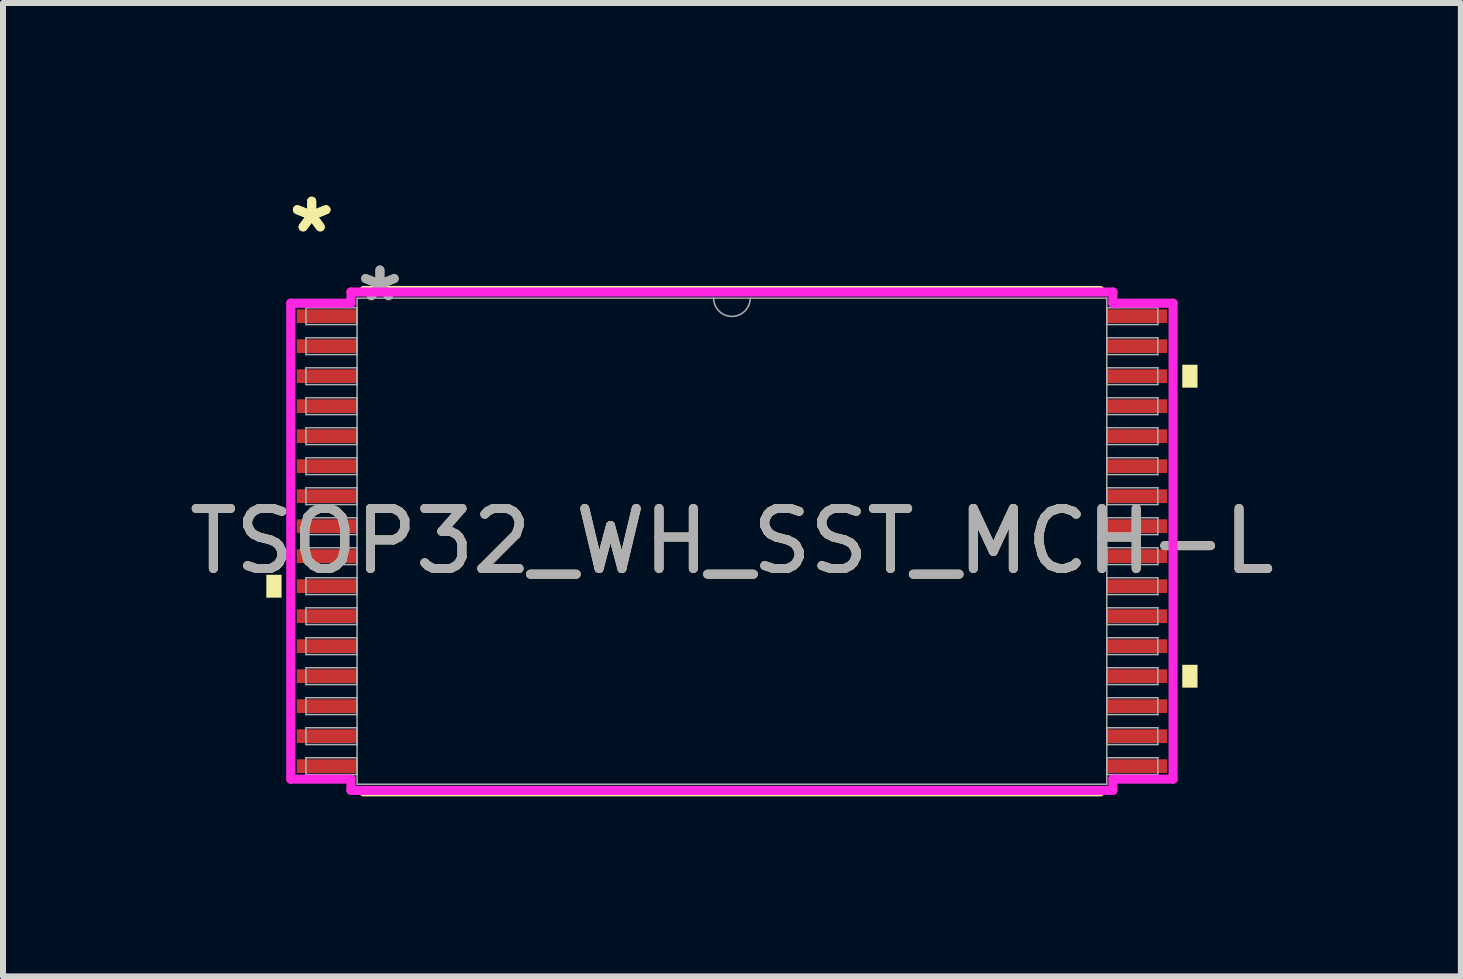
<source format=kicad_pcb>
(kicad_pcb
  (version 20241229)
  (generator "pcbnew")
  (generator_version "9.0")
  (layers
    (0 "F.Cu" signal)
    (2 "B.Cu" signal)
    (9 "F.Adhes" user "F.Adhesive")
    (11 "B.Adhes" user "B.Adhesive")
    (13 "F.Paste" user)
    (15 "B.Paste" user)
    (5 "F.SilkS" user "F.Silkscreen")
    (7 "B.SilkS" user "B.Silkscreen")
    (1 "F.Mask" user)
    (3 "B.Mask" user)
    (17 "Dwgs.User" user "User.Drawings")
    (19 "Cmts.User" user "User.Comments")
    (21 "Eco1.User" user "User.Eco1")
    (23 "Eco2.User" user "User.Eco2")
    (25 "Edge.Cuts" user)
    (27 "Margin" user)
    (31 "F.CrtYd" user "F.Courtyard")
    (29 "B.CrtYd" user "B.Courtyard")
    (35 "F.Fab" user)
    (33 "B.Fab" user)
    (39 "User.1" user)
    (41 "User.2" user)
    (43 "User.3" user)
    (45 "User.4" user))
  (footprint "TSOP32_WH_SST_MCH-L"
    (layer "F.Cu")
    (at 9.149 5.97)
    (property "Reference" "TSOP32_WH_SST_MCH-L" (at 0 0 0) (unlocked yes) (layer "F.SilkS") (effects (font (size 1 1) (thickness 0.15))))
    (attr smd)
    (fp_line (start -6.138 4.178) (end 6.138 4.178) (stroke (width 0.152) (type solid)) (layer "F.SilkS"))
    (fp_line (start 6.138 -4.178) (end -6.138 -4.178) (stroke (width 0.152) (type solid)) (layer "F.SilkS"))
    (fp_poly (pts (xy -7.76 0.56) (xy -7.76 0.941) (xy -7.506 0.941) (xy -7.506 0.56)) (stroke (width 0) (type solid)) (fill yes) (layer "F.SilkS"))
    (fp_poly (pts (xy 7.76 -2.941) (xy 7.76 -2.559) (xy 7.506 -2.559) (xy 7.506 -2.941)) (stroke (width 0) (type solid)) (fill yes) (layer "F.SilkS"))
    (fp_poly (pts (xy 7.76 2.06) (xy 7.76 2.441) (xy 7.506 2.441) (xy 7.506 2.06)) (stroke (width 0) (type solid)) (fill yes) (layer "F.SilkS"))
    (fp_line (start -7.353 -3.966) (end -6.35 -3.966) (stroke (width 0.152) (type solid)) (layer "F.CrtYd"))
    (fp_line (start -7.353 3.966) (end -7.353 -3.966) (stroke (width 0.152) (type solid)) (layer "F.CrtYd"))
    (fp_line (start -7.353 3.966) (end -6.35 3.966) (stroke (width 0.152) (type solid)) (layer "F.CrtYd"))
    (fp_line (start -6.35 -4.153) (end 6.35 -4.153) (stroke (width 0.152) (type solid)) (layer "F.CrtYd"))
    (fp_line (start -6.35 -3.966) (end -6.35 -4.153) (stroke (width 0.152) (type solid)) (layer "F.CrtYd"))
    (fp_line (start -6.35 4.153) (end -6.35 3.966) (stroke (width 0.152) (type solid)) (layer "F.CrtYd"))
    (fp_line (start 6.35 -4.153) (end 6.35 -3.966) (stroke (width 0.152) (type solid)) (layer "F.CrtYd"))
    (fp_line (start 6.35 3.966) (end 6.35 4.153) (stroke (width 0.152) (type solid)) (layer "F.CrtYd"))
    (fp_line (start 6.35 4.153) (end -6.35 4.153) (stroke (width 0.152) (type solid)) (layer "F.CrtYd"))
    (fp_line (start 7.353 -3.966) (end 6.35 -3.966) (stroke (width 0.152) (type solid)) (layer "F.CrtYd"))
    (fp_line (start 7.353 -3.966) (end 7.353 3.966) (stroke (width 0.152) (type solid)) (layer "F.CrtYd"))
    (fp_line (start 7.353 3.966) (end 6.35 3.966) (stroke (width 0.152) (type solid)) (layer "F.CrtYd"))
    (fp_line (start -7.099 -3.89) (end -7.099 -3.61) (stroke (width 0.025) (type solid)) (layer "F.Fab"))
    (fp_line (start -7.099 -3.61) (end -6.248 -3.61) (stroke (width 0.025) (type solid)) (layer "F.Fab"))
    (fp_line (start -7.099 -3.39) (end -7.099 -3.11) (stroke (width 0.025) (type solid)) (layer "F.Fab"))
    (fp_line (start -7.099 -3.11) (end -6.248 -3.11) (stroke (width 0.025) (type solid)) (layer "F.Fab"))
    (fp_line (start -7.099 -2.89) (end -7.099 -2.61) (stroke (width 0.025) (type solid)) (layer "F.Fab"))
    (fp_line (start -7.099 -2.61) (end -6.248 -2.61) (stroke (width 0.025) (type solid)) (layer "F.Fab"))
    (fp_line (start -7.099 -2.39) (end -7.099 -2.11) (stroke (width 0.025) (type solid)) (layer "F.Fab"))
    (fp_line (start -7.099 -2.11) (end -6.248 -2.11) (stroke (width 0.025) (type solid)) (layer "F.Fab"))
    (fp_line (start -7.099 -1.89) (end -7.099 -1.61) (stroke (width 0.025) (type solid)) (layer "F.Fab"))
    (fp_line (start -7.099 -1.61) (end -6.248 -1.61) (stroke (width 0.025) (type solid)) (layer "F.Fab"))
    (fp_line (start -7.099 -1.39) (end -7.099 -1.11) (stroke (width 0.025) (type solid)) (layer "F.Fab"))
    (fp_line (start -7.099 -1.11) (end -6.248 -1.11) (stroke (width 0.025) (type solid)) (layer "F.Fab"))
    (fp_line (start -7.099 -0.89) (end -7.099 -0.61) (stroke (width 0.025) (type solid)) (layer "F.Fab"))
    (fp_line (start -7.099 -0.61) (end -6.248 -0.61) (stroke (width 0.025) (type solid)) (layer "F.Fab"))
    (fp_line (start -7.099 -0.39) (end -7.099 -0.11) (stroke (width 0.025) (type solid)) (layer "F.Fab"))
    (fp_line (start -7.099 -0.11) (end -6.248 -0.11) (stroke (width 0.025) (type solid)) (layer "F.Fab"))
    (fp_line (start -7.099 0.11) (end -7.099 0.39) (stroke (width 0.025) (type solid)) (layer "F.Fab"))
    (fp_line (start -7.099 0.39) (end -6.248 0.39) (stroke (width 0.025) (type solid)) (layer "F.Fab"))
    (fp_line (start -7.099 0.61) (end -7.099 0.89) (stroke (width 0.025) (type solid)) (layer "F.Fab"))
    (fp_line (start -7.099 0.89) (end -6.248 0.89) (stroke (width 0.025) (type solid)) (layer "F.Fab"))
    (fp_line (start -7.099 1.11) (end -7.099 1.39) (stroke (width 0.025) (type solid)) (layer "F.Fab"))
    (fp_line (start -7.099 1.39) (end -6.248 1.39) (stroke (width 0.025) (type solid)) (layer "F.Fab"))
    (fp_line (start -7.099 1.61) (end -7.099 1.89) (stroke (width 0.025) (type solid)) (layer "F.Fab"))
    (fp_line (start -7.099 1.89) (end -6.248 1.89) (stroke (width 0.025) (type solid)) (layer "F.Fab"))
    (fp_line (start -7.099 2.11) (end -7.099 2.39) (stroke (width 0.025) (type solid)) (layer "F.Fab"))
    (fp_line (start -7.099 2.39) (end -6.248 2.39) (stroke (width 0.025) (type solid)) (layer "F.Fab"))
    (fp_line (start -7.099 2.61) (end -7.099 2.89) (stroke (width 0.025) (type solid)) (layer "F.Fab"))
    (fp_line (start -7.099 2.89) (end -6.248 2.89) (stroke (width 0.025) (type solid)) (layer "F.Fab"))
    (fp_line (start -7.099 3.11) (end -7.099 3.39) (stroke (width 0.025) (type solid)) (layer "F.Fab"))
    (fp_line (start -7.099 3.39) (end -6.248 3.39) (stroke (width 0.025) (type solid)) (layer "F.Fab"))
    (fp_line (start -7.099 3.61) (end -7.099 3.89) (stroke (width 0.025) (type solid)) (layer "F.Fab"))
    (fp_line (start -7.099 3.89) (end -6.248 3.89) (stroke (width 0.025) (type solid)) (layer "F.Fab"))
    (fp_line (start -6.248 -4.051) (end -6.248 4.051) (stroke (width 0.025) (type solid)) (layer "F.Fab"))
    (fp_line (start -6.248 -3.89) (end -7.099 -3.89) (stroke (width 0.025) (type solid)) (layer "F.Fab"))
    (fp_line (start -6.248 -3.61) (end -6.248 -3.89) (stroke (width 0.025) (type solid)) (layer "F.Fab"))
    (fp_line (start -6.248 -3.39) (end -7.099 -3.39) (stroke (width 0.025) (type solid)) (layer "F.Fab"))
    (fp_line (start -6.248 -3.11) (end -6.248 -3.39) (stroke (width 0.025) (type solid)) (layer "F.Fab"))
    (fp_line (start -6.248 -2.89) (end -7.099 -2.89) (stroke (width 0.025) (type solid)) (layer "F.Fab"))
    (fp_line (start -6.248 -2.61) (end -6.248 -2.89) (stroke (width 0.025) (type solid)) (layer "F.Fab"))
    (fp_line (start -6.248 -2.39) (end -7.099 -2.39) (stroke (width 0.025) (type solid)) (layer "F.Fab"))
    (fp_line (start -6.248 -2.11) (end -6.248 -2.39) (stroke (width 0.025) (type solid)) (layer "F.Fab"))
    (fp_line (start -6.248 -1.89) (end -7.099 -1.89) (stroke (width 0.025) (type solid)) (layer "F.Fab"))
    (fp_line (start -6.248 -1.61) (end -6.248 -1.89) (stroke (width 0.025) (type solid)) (layer "F.Fab"))
    (fp_line (start -6.248 -1.39) (end -7.099 -1.39) (stroke (width 0.025) (type solid)) (layer "F.Fab"))
    (fp_line (start -6.248 -1.11) (end -6.248 -1.39) (stroke (width 0.025) (type solid)) (layer "F.Fab"))
    (fp_line (start -6.248 -0.89) (end -7.099 -0.89) (stroke (width 0.025) (type solid)) (layer "F.Fab"))
    (fp_line (start -6.248 -0.61) (end -6.248 -0.89) (stroke (width 0.025) (type solid)) (layer "F.Fab"))
    (fp_line (start -6.248 -0.39) (end -7.099 -0.39) (stroke (width 0.025) (type solid)) (layer "F.Fab"))
    (fp_line (start -6.248 -0.11) (end -6.248 -0.39) (stroke (width 0.025) (type solid)) (layer "F.Fab"))
    (fp_line (start -6.248 0.11) (end -7.099 0.11) (stroke (width 0.025) (type solid)) (layer "F.Fab"))
    (fp_line (start -6.248 0.39) (end -6.248 0.11) (stroke (width 0.025) (type solid)) (layer "F.Fab"))
    (fp_line (start -6.248 0.61) (end -7.099 0.61) (stroke (width 0.025) (type solid)) (layer "F.Fab"))
    (fp_line (start -6.248 0.89) (end -6.248 0.61) (stroke (width 0.025) (type solid)) (layer "F.Fab"))
    (fp_line (start -6.248 1.11) (end -7.099 1.11) (stroke (width 0.025) (type solid)) (layer "F.Fab"))
    (fp_line (start -6.248 1.39) (end -6.248 1.11) (stroke (width 0.025) (type solid)) (layer "F.Fab"))
    (fp_line (start -6.248 1.61) (end -7.099 1.61) (stroke (width 0.025) (type solid)) (layer "F.Fab"))
    (fp_line (start -6.248 1.89) (end -6.248 1.61) (stroke (width 0.025) (type solid)) (layer "F.Fab"))
    (fp_line (start -6.248 2.11) (end -7.099 2.11) (stroke (width 0.025) (type solid)) (layer "F.Fab"))
    (fp_line (start -6.248 2.39) (end -6.248 2.11) (stroke (width 0.025) (type solid)) (layer "F.Fab"))
    (fp_line (start -6.248 2.61) (end -7.099 2.61) (stroke (width 0.025) (type solid)) (layer "F.Fab"))
    (fp_line (start -6.248 2.89) (end -6.248 2.61) (stroke (width 0.025) (type solid)) (layer "F.Fab"))
    (fp_line (start -6.248 3.11) (end -7.099 3.11) (stroke (width 0.025) (type solid)) (layer "F.Fab"))
    (fp_line (start -6.248 3.39) (end -6.248 3.11) (stroke (width 0.025) (type solid)) (layer "F.Fab"))
    (fp_line (start -6.248 3.61) (end -7.099 3.61) (stroke (width 0.025) (type solid)) (layer "F.Fab"))
    (fp_line (start -6.248 3.89) (end -6.248 3.61) (stroke (width 0.025) (type solid)) (layer "F.Fab"))
    (fp_line (start -6.248 4.051) (end 6.248 4.051) (stroke (width 0.025) (type solid)) (layer "F.Fab"))
    (fp_line (start 6.248 -4.051) (end -6.248 -4.051) (stroke (width 0.025) (type solid)) (layer "F.Fab"))
    (fp_line (start 6.248 -3.89) (end 6.248 -3.61) (stroke (width 0.025) (type solid)) (layer "F.Fab"))
    (fp_line (start 6.248 -3.61) (end 7.099 -3.61) (stroke (width 0.025) (type solid)) (layer "F.Fab"))
    (fp_line (start 6.248 -3.39) (end 6.248 -3.11) (stroke (width 0.025) (type solid)) (layer "F.Fab"))
    (fp_line (start 6.248 -3.11) (end 7.099 -3.11) (stroke (width 0.025) (type solid)) (layer "F.Fab"))
    (fp_line (start 6.248 -2.89) (end 6.248 -2.61) (stroke (width 0.025) (type solid)) (layer "F.Fab"))
    (fp_line (start 6.248 -2.61) (end 7.099 -2.61) (stroke (width 0.025) (type solid)) (layer "F.Fab"))
    (fp_line (start 6.248 -2.39) (end 6.248 -2.11) (stroke (width 0.025) (type solid)) (layer "F.Fab"))
    (fp_line (start 6.248 -2.11) (end 7.099 -2.11) (stroke (width 0.025) (type solid)) (layer "F.Fab"))
    (fp_line (start 6.248 -1.89) (end 6.248 -1.61) (stroke (width 0.025) (type solid)) (layer "F.Fab"))
    (fp_line (start 6.248 -1.61) (end 7.099 -1.61) (stroke (width 0.025) (type solid)) (layer "F.Fab"))
    (fp_line (start 6.248 -1.39) (end 6.248 -1.11) (stroke (width 0.025) (type solid)) (layer "F.Fab"))
    (fp_line (start 6.248 -1.11) (end 7.099 -1.11) (stroke (width 0.025) (type solid)) (layer "F.Fab"))
    (fp_line (start 6.248 -0.89) (end 6.248 -0.61) (stroke (width 0.025) (type solid)) (layer "F.Fab"))
    (fp_line (start 6.248 -0.61) (end 7.099 -0.61) (stroke (width 0.025) (type solid)) (layer "F.Fab"))
    (fp_line (start 6.248 -0.39) (end 6.248 -0.11) (stroke (width 0.025) (type solid)) (layer "F.Fab"))
    (fp_line (start 6.248 -0.11) (end 7.099 -0.11) (stroke (width 0.025) (type solid)) (layer "F.Fab"))
    (fp_line (start 6.248 0.11) (end 6.248 0.39) (stroke (width 0.025) (type solid)) (layer "F.Fab"))
    (fp_line (start 6.248 0.39) (end 7.099 0.39) (stroke (width 0.025) (type solid)) (layer "F.Fab"))
    (fp_line (start 6.248 0.61) (end 6.248 0.89) (stroke (width 0.025) (type solid)) (layer "F.Fab"))
    (fp_line (start 6.248 0.89) (end 7.099 0.89) (stroke (width 0.025) (type solid)) (layer "F.Fab"))
    (fp_line (start 6.248 1.11) (end 6.248 1.39) (stroke (width 0.025) (type solid)) (layer "F.Fab"))
    (fp_line (start 6.248 1.39) (end 7.099 1.39) (stroke (width 0.025) (type solid)) (layer "F.Fab"))
    (fp_line (start 6.248 1.61) (end 6.248 1.89) (stroke (width 0.025) (type solid)) (layer "F.Fab"))
    (fp_line (start 6.248 1.89) (end 7.099 1.89) (stroke (width 0.025) (type solid)) (layer "F.Fab"))
    (fp_line (start 6.248 2.11) (end 6.248 2.39) (stroke (width 0.025) (type solid)) (layer "F.Fab"))
    (fp_line (start 6.248 2.39) (end 7.099 2.39) (stroke (width 0.025) (type solid)) (layer "F.Fab"))
    (fp_line (start 6.248 2.61) (end 6.248 2.89) (stroke (width 0.025) (type solid)) (layer "F.Fab"))
    (fp_line (start 6.248 2.89) (end 7.099 2.89) (stroke (width 0.025) (type solid)) (layer "F.Fab"))
    (fp_line (start 6.248 3.11) (end 6.248 3.39) (stroke (width 0.025) (type solid)) (layer "F.Fab"))
    (fp_line (start 6.248 3.39) (end 7.099 3.39) (stroke (width 0.025) (type solid)) (layer "F.Fab"))
    (fp_line (start 6.248 3.61) (end 6.248 3.89) (stroke (width 0.025) (type solid)) (layer "F.Fab"))
    (fp_line (start 6.248 3.89) (end 7.099 3.89) (stroke (width 0.025) (type solid)) (layer "F.Fab"))
    (fp_line (start 6.248 4.051) (end 6.248 -4.051) (stroke (width 0.025) (type solid)) (layer "F.Fab"))
    (fp_line (start 7.099 -3.89) (end 6.248 -3.89) (stroke (width 0.025) (type solid)) (layer "F.Fab"))
    (fp_line (start 7.099 -3.61) (end 7.099 -3.89) (stroke (width 0.025) (type solid)) (layer "F.Fab"))
    (fp_line (start 7.099 -3.39) (end 6.248 -3.39) (stroke (width 0.025) (type solid)) (layer "F.Fab"))
    (fp_line (start 7.099 -3.11) (end 7.099 -3.39) (stroke (width 0.025) (type solid)) (layer "F.Fab"))
    (fp_line (start 7.099 -2.89) (end 6.248 -2.89) (stroke (width 0.025) (type solid)) (layer "F.Fab"))
    (fp_line (start 7.099 -2.61) (end 7.099 -2.89) (stroke (width 0.025) (type solid)) (layer "F.Fab"))
    (fp_line (start 7.099 -2.39) (end 6.248 -2.39) (stroke (width 0.025) (type solid)) (layer "F.Fab"))
    (fp_line (start 7.099 -2.11) (end 7.099 -2.39) (stroke (width 0.025) (type solid)) (layer "F.Fab"))
    (fp_line (start 7.099 -1.89) (end 6.248 -1.89) (stroke (width 0.025) (type solid)) (layer "F.Fab"))
    (fp_line (start 7.099 -1.61) (end 7.099 -1.89) (stroke (width 0.025) (type solid)) (layer "F.Fab"))
    (fp_line (start 7.099 -1.39) (end 6.248 -1.39) (stroke (width 0.025) (type solid)) (layer "F.Fab"))
    (fp_line (start 7.099 -1.11) (end 7.099 -1.39) (stroke (width 0.025) (type solid)) (layer "F.Fab"))
    (fp_line (start 7.099 -0.89) (end 6.248 -0.89) (stroke (width 0.025) (type solid)) (layer "F.Fab"))
    (fp_line (start 7.099 -0.61) (end 7.099 -0.89) (stroke (width 0.025) (type solid)) (layer "F.Fab"))
    (fp_line (start 7.099 -0.39) (end 6.248 -0.39) (stroke (width 0.025) (type solid)) (layer "F.Fab"))
    (fp_line (start 7.099 -0.11) (end 7.099 -0.39) (stroke (width 0.025) (type solid)) (layer "F.Fab"))
    (fp_line (start 7.099 0.11) (end 6.248 0.11) (stroke (width 0.025) (type solid)) (layer "F.Fab"))
    (fp_line (start 7.099 0.39) (end 7.099 0.11) (stroke (width 0.025) (type solid)) (layer "F.Fab"))
    (fp_line (start 7.099 0.61) (end 6.248 0.61) (stroke (width 0.025) (type solid)) (layer "F.Fab"))
    (fp_line (start 7.099 0.89) (end 7.099 0.61) (stroke (width 0.025) (type solid)) (layer "F.Fab"))
    (fp_line (start 7.099 1.11) (end 6.248 1.11) (stroke (width 0.025) (type solid)) (layer "F.Fab"))
    (fp_line (start 7.099 1.39) (end 7.099 1.11) (stroke (width 0.025) (type solid)) (layer "F.Fab"))
    (fp_line (start 7.099 1.61) (end 6.248 1.61) (stroke (width 0.025) (type solid)) (layer "F.Fab"))
    (fp_line (start 7.099 1.89) (end 7.099 1.61) (stroke (width 0.025) (type solid)) (layer "F.Fab"))
    (fp_line (start 7.099 2.11) (end 6.248 2.11) (stroke (width 0.025) (type solid)) (layer "F.Fab"))
    (fp_line (start 7.099 2.39) (end 7.099 2.11) (stroke (width 0.025) (type solid)) (layer "F.Fab"))
    (fp_line (start 7.099 2.61) (end 6.248 2.61) (stroke (width 0.025) (type solid)) (layer "F.Fab"))
    (fp_line (start 7.099 2.89) (end 7.099 2.61) (stroke (width 0.025) (type solid)) (layer "F.Fab"))
    (fp_line (start 7.099 3.11) (end 6.248 3.11) (stroke (width 0.025) (type solid)) (layer "F.Fab"))
    (fp_line (start 7.099 3.39) (end 7.099 3.11) (stroke (width 0.025) (type solid)) (layer "F.Fab"))
    (fp_line (start 7.099 3.61) (end 6.248 3.61) (stroke (width 0.025) (type solid)) (layer "F.Fab"))
    (fp_line (start 7.099 3.89) (end 7.099 3.61) (stroke (width 0.025) (type solid)) (layer "F.Fab"))
    (fp_arc (start 0.3048 -4.0513) (mid 0 -3.7465) (end -0.3048 -4.0513) (stroke (width 0.0254) (type solid)) (layer "F.Fab"))
    (fp_text user "*" (at -7.004 -5.122 0) (layer "F.SilkS") (effects (font (size 1 1) (thickness 0.15))))
    (fp_text user "*" (at -7.004 -5.122 0) (unlocked yes) (layer "F.SilkS") (effects (font (size 1 1) (thickness 0.15))))
    (fp_text user "*" (at -5.867 -3.975 0) (layer "F.Fab") (effects (font (size 1 1) (thickness 0.15))))
    (fp_text user "*" (at -5.867 -3.975 0) (unlocked yes) (layer "F.Fab") (effects (font (size 1 1) (thickness 0.15))))
    (fp_text user "${REFERENCE}" (at 0 0 0) (unlocked yes) (layer "F.Fab") (effects (font (size 1 1) (thickness 0.15))))
    (pad "1" smd rect (at -6.75 -3.75) (size 1.003 0.229) (layers "F.Cu" "F.Mask" "F.Paste"))
    (pad "2" smd rect (at -6.75 -3.25) (size 1.003 0.229) (layers "F.Cu" "F.Mask" "F.Paste"))
    (pad "3" smd rect (at -6.75 -2.75) (size 1.003 0.229) (layers "F.Cu" "F.Mask" "F.Paste"))
    (pad "4" smd rect (at -6.75 -2.25) (size 1.003 0.229) (layers "F.Cu" "F.Mask" "F.Paste"))
    (pad "5" smd rect (at -6.75 -1.75) (size 1.003 0.229) (layers "F.Cu" "F.Mask" "F.Paste"))
    (pad "6" smd rect (at -6.75 -1.25) (size 1.003 0.229) (layers "F.Cu" "F.Mask" "F.Paste"))
    (pad "7" smd rect (at -6.75 -0.75) (size 1.003 0.229) (layers "F.Cu" "F.Mask" "F.Paste"))
    (pad "8" smd rect (at -6.75 -0.25) (size 1.003 0.229) (layers "F.Cu" "F.Mask" "F.Paste"))
    (pad "9" smd rect (at -6.75 0.25) (size 1.003 0.229) (layers "F.Cu" "F.Mask" "F.Paste"))
    (pad "10" smd rect (at -6.75 0.75) (size 1.003 0.229) (layers "F.Cu" "F.Mask" "F.Paste"))
    (pad "11" smd rect (at -6.75 1.25) (size 1.003 0.229) (layers "F.Cu" "F.Mask" "F.Paste"))
    (pad "12" smd rect (at -6.75 1.75) (size 1.003 0.229) (layers "F.Cu" "F.Mask" "F.Paste"))
    (pad "13" smd rect (at -6.75 2.25) (size 1.003 0.229) (layers "F.Cu" "F.Mask" "F.Paste"))
    (pad "14" smd rect (at -6.75 2.75) (size 1.003 0.229) (layers "F.Cu" "F.Mask" "F.Paste"))
    (pad "15" smd rect (at -6.75 3.25) (size 1.003 0.229) (layers "F.Cu" "F.Mask" "F.Paste"))
    (pad "16" smd rect (at -6.75 3.75) (size 1.003 0.229) (layers "F.Cu" "F.Mask" "F.Paste"))
    (pad "17" smd rect (at 6.75 3.75) (size 1.003 0.229) (layers "F.Cu" "F.Mask" "F.Paste"))
    (pad "18" smd rect (at 6.75 3.25) (size 1.003 0.229) (layers "F.Cu" "F.Mask" "F.Paste"))
    (pad "19" smd rect (at 6.75 2.75) (size 1.003 0.229) (layers "F.Cu" "F.Mask" "F.Paste"))
    (pad "20" smd rect (at 6.75 2.25) (size 1.003 0.229) (layers "F.Cu" "F.Mask" "F.Paste"))
    (pad "21" smd rect (at 6.75 1.75) (size 1.003 0.229) (layers "F.Cu" "F.Mask" "F.Paste"))
    (pad "22" smd rect (at 6.75 1.25) (size 1.003 0.229) (layers "F.Cu" "F.Mask" "F.Paste"))
    (pad "23" smd rect (at 6.75 0.75) (size 1.003 0.229) (layers "F.Cu" "F.Mask" "F.Paste"))
    (pad "24" smd rect (at 6.75 0.25) (size 1.003 0.229) (layers "F.Cu" "F.Mask" "F.Paste"))
    (pad "25" smd rect (at 6.75 -0.25) (size 1.003 0.229) (layers "F.Cu" "F.Mask" "F.Paste"))
    (pad "26" smd rect (at 6.75 -0.75) (size 1.003 0.229) (layers "F.Cu" "F.Mask" "F.Paste"))
    (pad "27" smd rect (at 6.75 -1.25) (size 1.003 0.229) (layers "F.Cu" "F.Mask" "F.Paste"))
    (pad "28" smd rect (at 6.75 -1.75) (size 1.003 0.229) (layers "F.Cu" "F.Mask" "F.Paste"))
    (pad "29" smd rect (at 6.75 -2.25) (size 1.003 0.229) (layers "F.Cu" "F.Mask" "F.Paste"))
    (pad "30" smd rect (at 6.75 -2.75) (size 1.003 0.229) (layers "F.Cu" "F.Mask" "F.Paste"))
    (pad "31" smd rect (at 6.75 -3.25) (size 1.003 0.229) (layers "F.Cu" "F.Mask" "F.Paste"))
    (pad "32" smd rect (at 6.75 -3.75) (size 1.003 0.229) (layers "F.Cu" "F.Mask" "F.Paste")))
  (gr_rect
    (start -3 -3)
    (end 21.298 13.224)
    (stroke (width 0.1) (type default))
    (fill no)
    (layer "Edge.Cuts")))
</source>
